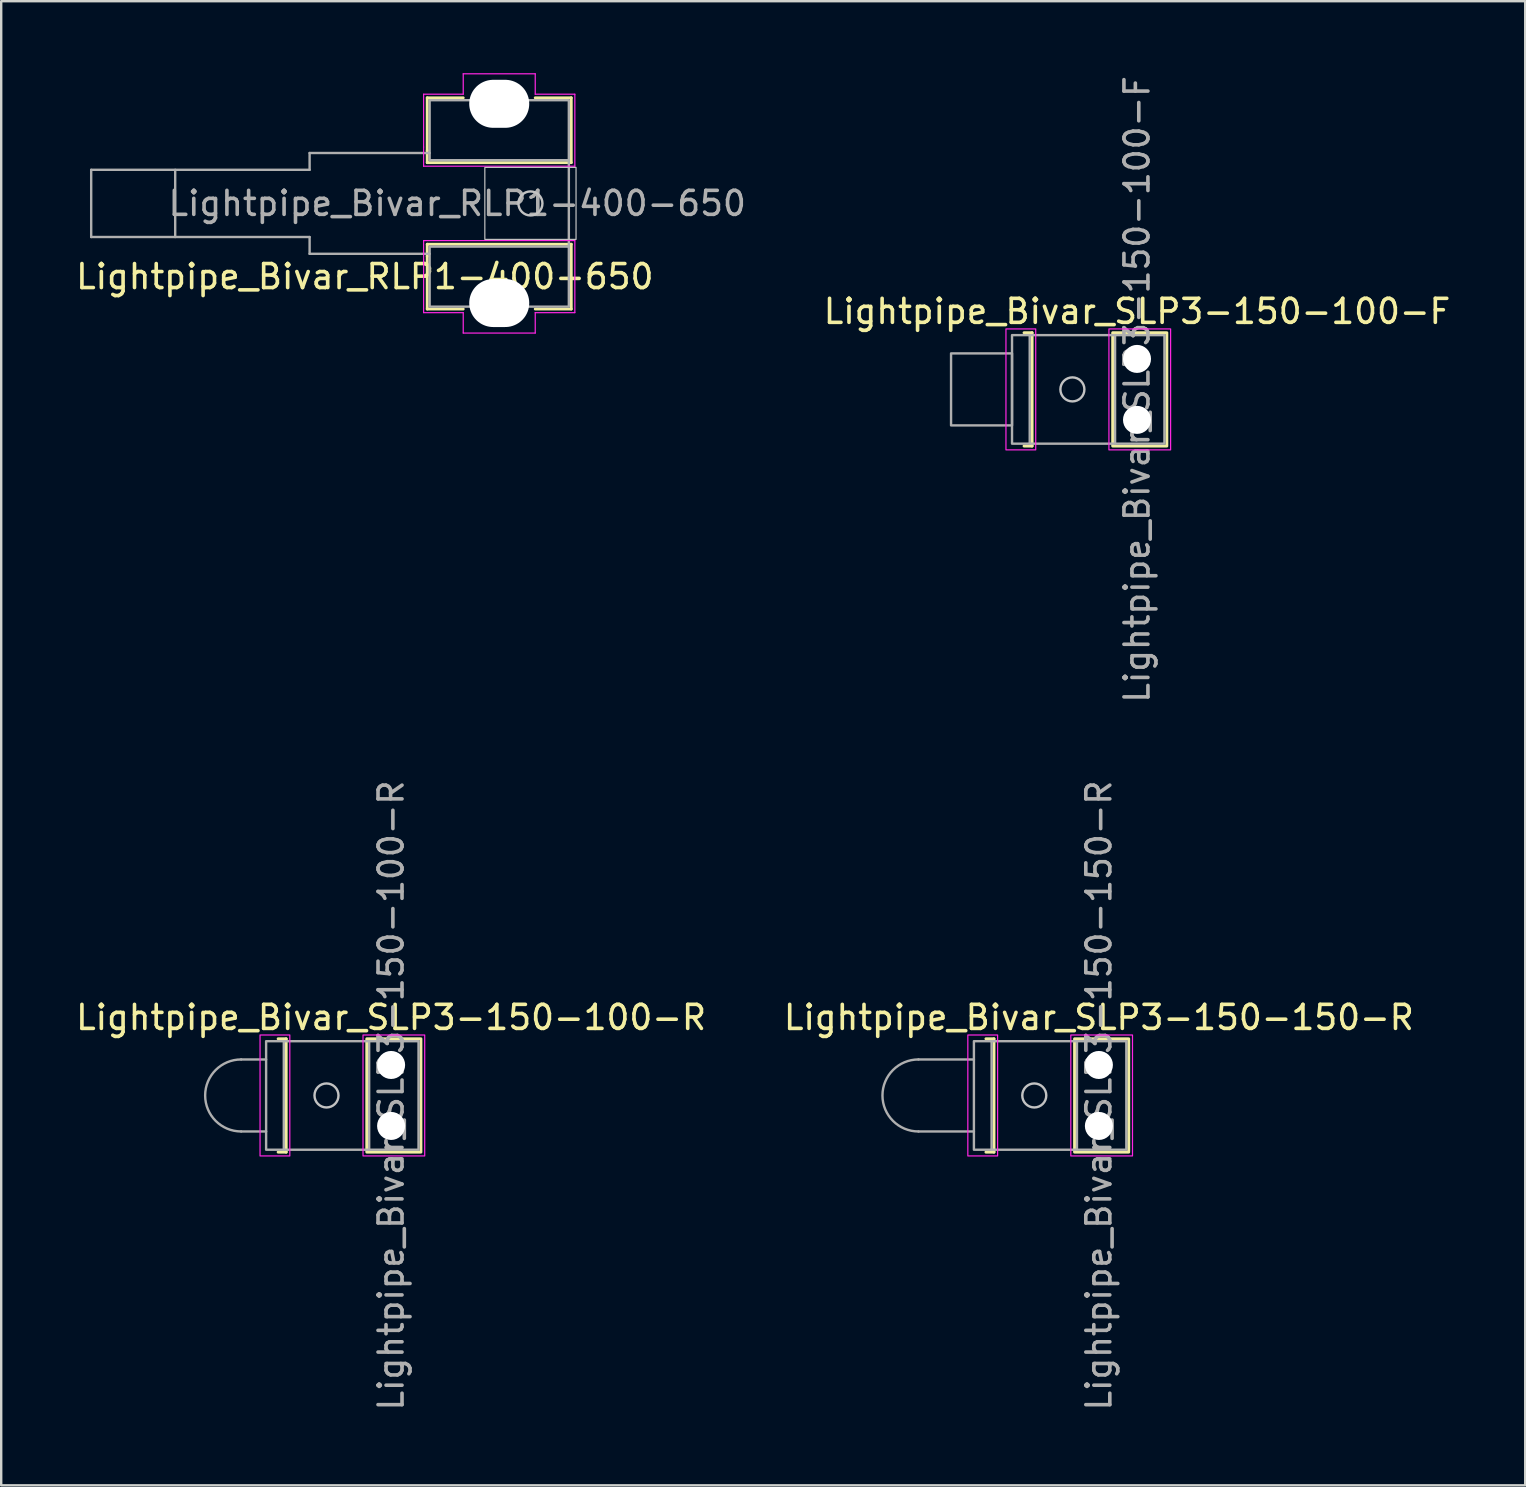
<source format=kicad_pcb>
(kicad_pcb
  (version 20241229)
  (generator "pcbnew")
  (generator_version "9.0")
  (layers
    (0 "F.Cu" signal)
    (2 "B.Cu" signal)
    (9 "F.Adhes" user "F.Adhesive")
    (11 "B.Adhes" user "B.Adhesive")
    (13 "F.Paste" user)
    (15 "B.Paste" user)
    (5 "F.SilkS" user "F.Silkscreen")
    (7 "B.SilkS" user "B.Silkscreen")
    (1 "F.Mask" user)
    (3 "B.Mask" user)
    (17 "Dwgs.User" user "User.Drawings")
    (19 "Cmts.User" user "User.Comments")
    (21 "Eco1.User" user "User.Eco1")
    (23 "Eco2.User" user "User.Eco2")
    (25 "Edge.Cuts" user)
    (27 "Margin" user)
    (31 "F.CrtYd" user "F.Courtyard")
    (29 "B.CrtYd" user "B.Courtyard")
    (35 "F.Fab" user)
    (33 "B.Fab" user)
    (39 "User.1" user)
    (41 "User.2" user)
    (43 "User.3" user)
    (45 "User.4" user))
  (footprint "Lightpipe_Bivar_SLP3-150-150-R"
    (layer "F.Cu")
    (at 42.732 42.589)
    (property "Reference" "Lightpipe_Bivar_SLP3-150-150-R" (at 0 -3.25 0) (layer "F.SilkS") (effects (font (size 1 1) (thickness 0.15))))
    (fp_line (start -4.707 -2.361) (end -4.37 -2.361) (stroke (width 0.12) (type default)) (layer "F.SilkS"))
    (fp_line (start -4.37 -2.361) (end -4.37 2.361) (stroke (width 0.12) (type default)) (layer "F.SilkS"))
    (fp_line (start -4.37 2.361) (end -4.707 2.361) (stroke (width 0.12) (type default)) (layer "F.SilkS"))
    (fp_rect (start -1.014 2.361) (end 1.243 -2.361) (stroke (width 0.12) (type solid)) (fill no) (layer "F.SilkS"))
    (fp_circle (center -2.692 0) (end -2.192 0) (stroke (width 0.1) (type solid)) (fill no) (layer "Dwgs.User"))
    (fp_rect (start -5.46 -2.52) (end -4.22 2.52) (stroke (width 0.05) (type solid)) (fill no) (layer "F.CrtYd"))
    (fp_rect (start -1.17 -2.52) (end 1.4 2.52) (stroke (width 0.05) (type solid)) (fill no) (layer "F.CrtYd"))
    (fp_line (start -7.517 -1.5) (end -5.207 -1.5) (stroke (width 0.1) (type solid)) (layer "F.Fab"))
    (fp_line (start -7.517 1.5) (end -5.207 1.5) (stroke (width 0.1) (type solid)) (layer "F.Fab"))
    (fp_line (start -4.47 -2.261) (end -0.914 -2.261) (stroke (width 0.1) (type solid)) (layer "F.Fab"))
    (fp_line (start -4.47 2.261) (end -0.914 2.261) (stroke (width 0.1) (type solid)) (layer "F.Fab"))
    (fp_rect (start -5.207 -2.261) (end -4.47 2.261) (stroke (width 0.1) (type solid)) (fill no) (layer "F.Fab"))
    (fp_rect (start -0.914 -2.261) (end 1.143 2.261) (stroke (width 0.1) (type solid)) (fill no) (layer "F.Fab"))
    (fp_arc (start -7.517 1.5) (mid -9.017 0) (end -7.517 -1.5) (stroke (width 0.1) (type solid)) (layer "F.Fab"))
    (fp_text user "${REFERENCE}" (at 0 0 90) (layer "F.Fab") (effects (font (size 1 1) (thickness 0.15))))
    (pad "" np_thru_hole circle (at 0 -1.27) (size 1.168 1.168) (drill 1.168) (layers "*.Cu" "*.Mask"))
    (pad "" np_thru_hole circle (at 0 1.27) (size 1.168 1.168) (drill 1.168) (layers "*.Cu" "*.Mask")))
  (footprint "Lightpipe_Bivar_RLP1-400-650"
    (layer "F.Cu")
    (at 17.749 5.425)
    (property "Reference" "Lightpipe_Bivar_RLP1-400-650" (at -5.6 3.05 0) (layer "F.SilkS") (effects (font (size 1 1) (thickness 0.15))))
    (fp_line (start -3 -4.4) (end -1.5 -4.4) (stroke (width 0.12) (type solid)) (layer "F.SilkS"))
    (fp_line (start -3 -2.2) (end -3 -4.4) (stroke (width 0.12) (type solid)) (layer "F.SilkS"))
    (fp_line (start -3 -1.7) (end -3 -2.2) (stroke (width 0.12) (type solid)) (layer "F.SilkS"))
    (fp_line (start -3 1.7) (end 3 1.7) (stroke (width 0.12) (type solid)) (layer "F.SilkS"))
    (fp_line (start -3 2.2) (end -3 1.7) (stroke (width 0.12) (type solid)) (layer "F.SilkS"))
    (fp_line (start -3 4.4) (end -3 2.2) (stroke (width 0.12) (type solid)) (layer "F.SilkS"))
    (fp_line (start -3 4.4) (end -1.5 4.4) (stroke (width 0.12) (type solid)) (layer "F.SilkS"))
    (fp_line (start 3 -4.4) (end 1.5 -4.4) (stroke (width 0.12) (type solid)) (layer "F.SilkS"))
    (fp_line (start 3 -4.4) (end 3 -1.7) (stroke (width 0.12) (type solid)) (layer "F.SilkS"))
    (fp_line (start 3 -1.7) (end -3 -1.7) (stroke (width 0.12) (type solid)) (layer "F.SilkS"))
    (fp_line (start 3 1.7) (end 3 4.4) (stroke (width 0.12) (type solid)) (layer "F.SilkS"))
    (fp_line (start 3 4.4) (end 1.5 4.4) (stroke (width 0.12) (type solid)) (layer "F.SilkS"))
    (fp_rect (start -0.6 -1.5) (end 3.2 1.5) (stroke (width 0.05) (type solid)) (fill no) (layer "Dwgs.User"))
    (fp_circle (center 1.3 0) (end 1.8 0) (stroke (width 0.1) (type solid)) (fill no) (layer "Dwgs.User"))
    (fp_line (start -3.15 -4.55) (end -3.15 -2.35) (stroke (width 0.05) (type solid)) (layer "F.CrtYd"))
    (fp_line (start -3.15 -1.55) (end -3.15 -2.35) (stroke (width 0.05) (type solid)) (layer "F.CrtYd"))
    (fp_line (start -3.15 1.55) (end -3.15 2.35) (stroke (width 0.05) (type solid)) (layer "F.CrtYd"))
    (fp_line (start -3.15 2.35) (end -3.15 4.55) (stroke (width 0.05) (type solid)) (layer "F.CrtYd"))
    (fp_line (start -3.15 4.55) (end -1.5 4.55) (stroke (width 0.05) (type solid)) (layer "F.CrtYd"))
    (fp_line (start -1.5 -5.4) (end -1.5 -4.55) (stroke (width 0.05) (type solid)) (layer "F.CrtYd"))
    (fp_line (start -1.5 -4.55) (end -3.15 -4.55) (stroke (width 0.05) (type solid)) (layer "F.CrtYd"))
    (fp_line (start -1.5 4.55) (end -1.5 5.4) (stroke (width 0.05) (type solid)) (layer "F.CrtYd"))
    (fp_line (start -1.5 5.4) (end 1.5 5.4) (stroke (width 0.05) (type solid)) (layer "F.CrtYd"))
    (fp_line (start 1.5 -5.4) (end -1.5 -5.4) (stroke (width 0.05) (type solid)) (layer "F.CrtYd"))
    (fp_line (start 1.5 -4.55) (end 1.5 -5.4) (stroke (width 0.05) (type solid)) (layer "F.CrtYd"))
    (fp_line (start 1.5 4.55) (end 3.15 4.55) (stroke (width 0.05) (type solid)) (layer "F.CrtYd"))
    (fp_line (start 1.5 5.4) (end 1.5 4.55) (stroke (width 0.05) (type solid)) (layer "F.CrtYd"))
    (fp_line (start 3.15 -4.55) (end 1.5 -4.55) (stroke (width 0.05) (type solid)) (layer "F.CrtYd"))
    (fp_line (start 3.15 -1.55) (end -3.15 -1.55) (stroke (width 0.05) (type solid)) (layer "F.CrtYd"))
    (fp_line (start 3.15 -1.55) (end 3.15 -4.55) (stroke (width 0.05) (type solid)) (layer "F.CrtYd"))
    (fp_line (start 3.15 1.55) (end -3.15 1.55) (stroke (width 0.05) (type solid)) (layer "F.CrtYd"))
    (fp_line (start 3.15 4.55) (end 3.15 1.55) (stroke (width 0.05) (type solid)) (layer "F.CrtYd"))
    (fp_line (start -17 -1.4) (end -17 1.4) (stroke (width 0.1) (type solid)) (layer "F.Fab"))
    (fp_line (start -17 -1.4) (end -7.9 -1.4) (stroke (width 0.1) (type solid)) (layer "F.Fab"))
    (fp_line (start -17 1.4) (end -7.9 1.4) (stroke (width 0.1) (type solid)) (layer "F.Fab"))
    (fp_line (start -13.5 1.4) (end -13.5 -1.4) (stroke (width 0.1) (type solid)) (layer "F.Fab"))
    (fp_line (start -7.9 -2.1) (end -2.9 -2.1) (stroke (width 0.1) (type solid)) (layer "F.Fab"))
    (fp_line (start -7.9 -1.4) (end -7.9 -2.1) (stroke (width 0.1) (type solid)) (layer "F.Fab"))
    (fp_line (start -7.9 1.4) (end -7.9 2.1) (stroke (width 0.1) (type solid)) (layer "F.Fab"))
    (fp_line (start -7.9 2.1) (end -2.9 2.1) (stroke (width 0.1) (type solid)) (layer "F.Fab"))
    (fp_line (start 2.9 -1.8) (end 2.9 1.8) (stroke (width 0.1) (type solid)) (layer "F.Fab"))
    (fp_rect (start -2.9 -4.3) (end 2.9 -1.8) (stroke (width 0.1) (type solid)) (fill no) (layer "F.Fab"))
    (fp_rect (start -2.9 1.8) (end 2.9 4.3) (stroke (width 0.1) (type solid)) (fill no) (layer "F.Fab"))
    (fp_text user "${REFERENCE}" (at -1.75 0 0) (layer "F.Fab") (effects (font (size 1 1) (thickness 0.15))))
    (pad "" np_thru_hole oval (at 0 -4.15) (size 2.5 2) (drill oval 2.5 2) (layers "*.Cu" "*.Mask"))
    (pad "" np_thru_hole oval (at 0 4.15) (size 2.5 2) (drill oval 2.5 2) (layers "*.Cu" "*.Mask")))
  (footprint "Lightpipe_Bivar_SLP3-150-100-F"
    (layer "F.Cu")
    (at 44.32 13.173)
    (property "Reference" "Lightpipe_Bivar_SLP3-150-100-F" (at 0 -3.25 0) (layer "F.SilkS") (effects (font (size 1 1) (thickness 0.15))))
    (fp_line (start -4.707 -2.361) (end -4.37 -2.361) (stroke (width 0.12) (type default)) (layer "F.SilkS"))
    (fp_line (start -4.37 -2.361) (end -4.37 2.361) (stroke (width 0.12) (type default)) (layer "F.SilkS"))
    (fp_line (start -4.37 2.361) (end -4.707 2.361) (stroke (width 0.12) (type default)) (layer "F.SilkS"))
    (fp_rect (start -1.014 2.361) (end 1.243 -2.361) (stroke (width 0.12) (type solid)) (fill no) (layer "F.SilkS"))
    (fp_circle (center -2.692 0) (end -2.192 0) (stroke (width 0.1) (type solid)) (fill no) (layer "Dwgs.User"))
    (fp_rect (start -5.46 -2.52) (end -4.22 2.52) (stroke (width 0.05) (type solid)) (fill no) (layer "F.CrtYd"))
    (fp_rect (start -1.17 -2.52) (end 1.4 2.52) (stroke (width 0.05) (type solid)) (fill no) (layer "F.CrtYd"))
    (fp_line (start -4.47 -2.261) (end -0.914 -2.261) (stroke (width 0.1) (type solid)) (layer "F.Fab"))
    (fp_line (start -4.47 2.261) (end -0.914 2.261) (stroke (width 0.1) (type solid)) (layer "F.Fab"))
    (fp_rect (start -5.207 -2.261) (end -4.47 2.261) (stroke (width 0.1) (type solid)) (fill no) (layer "F.Fab"))
    (fp_rect (start -5.207 -1.5) (end -7.747 1.5) (stroke (width 0.1) (type solid)) (fill no) (layer "F.Fab"))
    (fp_rect (start -0.914 -2.261) (end 1.143 2.261) (stroke (width 0.1) (type solid)) (fill no) (layer "F.Fab"))
    (fp_text user "${REFERENCE}" (at 0 0 90) (layer "F.Fab") (effects (font (size 1 1) (thickness 0.15))))
    (pad "" np_thru_hole circle (at 0 -1.27) (size 1.168 1.168) (drill 1.168) (layers "*.Cu" "*.Mask"))
    (pad "" np_thru_hole circle (at 0 1.27) (size 1.168 1.168) (drill 1.168) (layers "*.Cu" "*.Mask")))
  (footprint "Lightpipe_Bivar_SLP3-150-100-R"
    (layer "F.Cu")
    (at 13.244 42.589)
    (property "Reference" "Lightpipe_Bivar_SLP3-150-100-R" (at 0 -3.25 0) (layer "F.SilkS") (effects (font (size 1 1) (thickness 0.15))))
    (fp_line (start -4.707 -2.361) (end -4.37 -2.361) (stroke (width 0.12) (type default)) (layer "F.SilkS"))
    (fp_line (start -4.37 -2.361) (end -4.37 2.361) (stroke (width 0.12) (type default)) (layer "F.SilkS"))
    (fp_line (start -4.37 2.361) (end -4.707 2.361) (stroke (width 0.12) (type default)) (layer "F.SilkS"))
    (fp_rect (start -1.014 2.361) (end 1.243 -2.361) (stroke (width 0.12) (type solid)) (fill no) (layer "F.SilkS"))
    (fp_circle (center -2.692 0) (end -2.192 0) (stroke (width 0.1) (type solid)) (fill no) (layer "Dwgs.User"))
    (fp_rect (start -5.46 -2.52) (end -4.22 2.52) (stroke (width 0.05) (type solid)) (fill no) (layer "F.CrtYd"))
    (fp_rect (start -1.17 -2.52) (end 1.4 2.52) (stroke (width 0.05) (type solid)) (fill no) (layer "F.CrtYd"))
    (fp_line (start -6.247 -1.5) (end -5.207 -1.5) (stroke (width 0.1) (type solid)) (layer "F.Fab"))
    (fp_line (start -6.247 1.5) (end -5.207 1.5) (stroke (width 0.1) (type solid)) (layer "F.Fab"))
    (fp_line (start -4.47 -2.261) (end -0.914 -2.261) (stroke (width 0.1) (type solid)) (layer "F.Fab"))
    (fp_line (start -4.47 2.261) (end -0.914 2.261) (stroke (width 0.1) (type solid)) (layer "F.Fab"))
    (fp_rect (start -5.207 -2.261) (end -4.47 2.261) (stroke (width 0.1) (type solid)) (fill no) (layer "F.Fab"))
    (fp_rect (start -0.914 -2.261) (end 1.143 2.261) (stroke (width 0.1) (type solid)) (fill no) (layer "F.Fab"))
    (fp_arc (start -6.247 1.5) (mid -7.747 0) (end -6.247 -1.5) (stroke (width 0.1) (type solid)) (layer "F.Fab"))
    (fp_text user "${REFERENCE}" (at 0 0 90) (layer "F.Fab") (effects (font (size 1 1) (thickness 0.15))))
    (pad "" np_thru_hole circle (at 0 -1.27) (size 1.168 1.168) (drill 1.168) (layers "*.Cu" "*.Mask"))
    (pad "" np_thru_hole circle (at 0 1.27) (size 1.168 1.168) (drill 1.168) (layers "*.Cu" "*.Mask")))
  (gr_rect
    (start -3 -3)
    (end 60.493 58.833)
    (stroke (width 0.1) (type default))
    (fill no)
    (layer "Edge.Cuts")))
</source>
